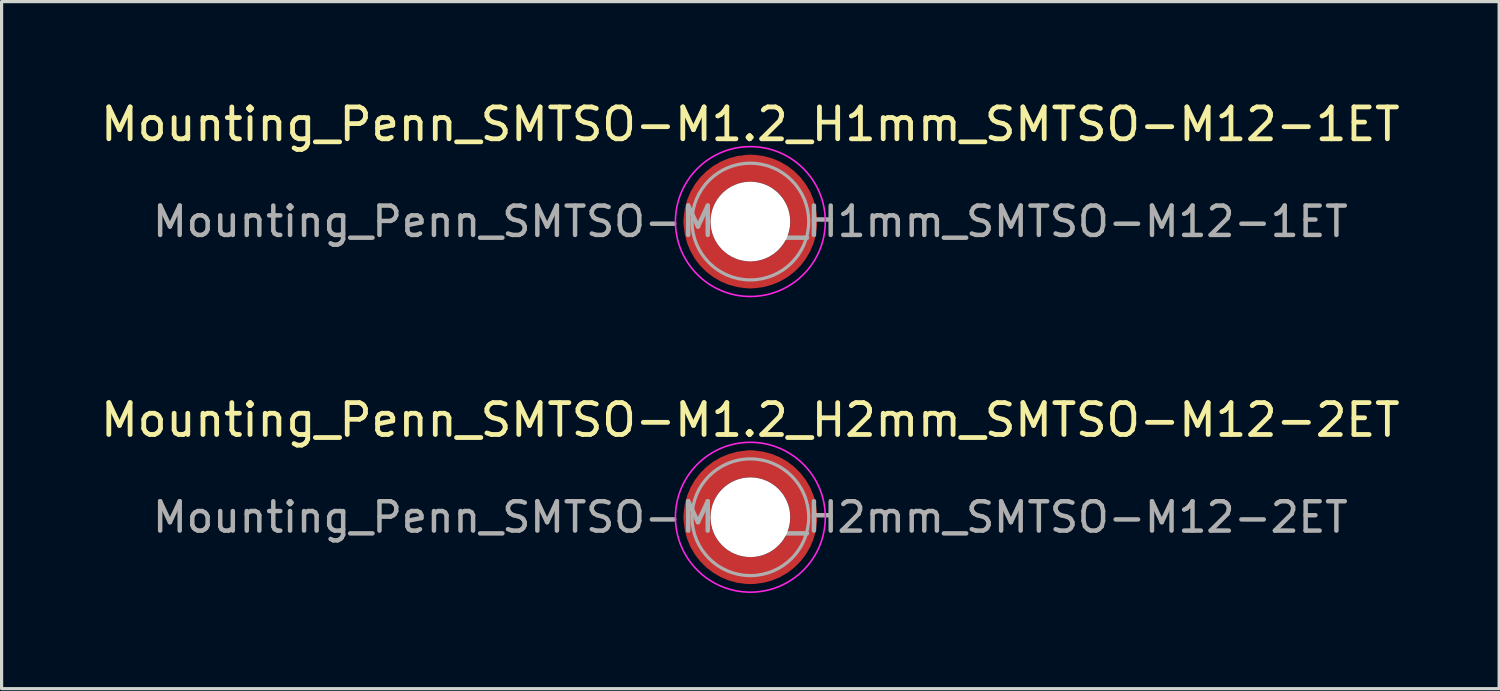
<source format=kicad_pcb>
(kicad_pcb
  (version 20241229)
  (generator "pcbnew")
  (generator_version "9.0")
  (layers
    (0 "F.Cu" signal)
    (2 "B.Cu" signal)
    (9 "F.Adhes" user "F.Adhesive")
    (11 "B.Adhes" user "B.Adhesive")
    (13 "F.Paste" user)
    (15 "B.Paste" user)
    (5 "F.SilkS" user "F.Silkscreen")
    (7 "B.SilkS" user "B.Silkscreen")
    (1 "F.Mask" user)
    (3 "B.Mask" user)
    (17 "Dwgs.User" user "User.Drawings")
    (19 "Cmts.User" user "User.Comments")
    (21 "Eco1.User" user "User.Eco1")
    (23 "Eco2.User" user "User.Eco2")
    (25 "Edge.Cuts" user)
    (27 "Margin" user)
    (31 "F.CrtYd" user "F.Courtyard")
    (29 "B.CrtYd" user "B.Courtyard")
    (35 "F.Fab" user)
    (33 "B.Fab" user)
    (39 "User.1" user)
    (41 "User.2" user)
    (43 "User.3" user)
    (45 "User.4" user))
  (footprint "Mounting_Penn_SMTSO-M1.2_H1mm_SMTSO-M12-1ET"
    (layer "F.Cu")
    (at 20.482 3.898)
    (property "Reference" "Mounting_Penn_SMTSO-M1.2_H1mm_SMTSO-M12-1ET" (at 0 -3.05 0) (layer "F.SilkS") (effects (font (size 1 1) (thickness 0.15))))
    (attr smd)
    (fp_circle (center 0 0) (end 2.35 0) (stroke (width 0.05) (type solid)) (fill no) (layer "F.CrtYd"))
    (fp_circle (center 0 0) (end 1.83 0) (stroke (width 0.1) (type solid)) (fill no) (layer "F.Fab"))
    (fp_text user "${REFERENCE}" (at 0 0 0) (layer "F.Fab") (effects (font (size 0.92 0.92) (thickness 0.14))))
    (pad "" smd custom (at -1.183 -1.183) (size 0.323 0.323) (layers "F.Paste") (options (anchor circle)) (primitives (gr_arc (start -0.23599 0.882636) (mid 0.157331 0.157331) (end 0.882636 -0.23599) (width 0.2)) (gr_arc (start -0.326841 0.882636) (mid 0.094399 0.094399) (end 0.882636 -0.326841) (width 0.2)) (gr_arc (start -0.417484 0.882636) (mid 0.031466 0.031466) (end 0.882636 -0.417484) (width 0.2)) (gr_arc (start -0.507952 0.882636) (mid -0.031466 -0.031466) (end 0.882636 -0.507952) (width 0.2)) (gr_arc (start -0.598273 0.882636) (mid -0.094399 -0.094399) (end 0.882636 -0.598273) (width 0.2)) (gr_arc (start -0.688467 0.882636) (mid -0.157332 -0.157332) (end 0.882636 -0.688467) (width 0.2)) (gr_line (start 0.883 -0.236) (end 0.883 -0.688) (width 0.2)) (gr_line (start -0.236 0.883) (end -0.688 0.883) (width 0.2))))
    (pad "" smd custom (at -1.183 1.183) (size 0.323 0.323) (layers "F.Paste") (options (anchor circle)) (primitives (gr_arc (start 0.882636 0.23599) (mid 0.157331 -0.157331) (end -0.23599 -0.882636) (width 0.2)) (gr_arc (start 0.882636 0.326841) (mid 0.094399 -0.094399) (end -0.326841 -0.882636) (width 0.2)) (gr_arc (start 0.882636 0.417484) (mid 0.031466 -0.031466) (end -0.417484 -0.882636) (width 0.2)) (gr_arc (start 0.882636 0.507952) (mid -0.031466 0.031466) (end -0.507952 -0.882636) (width 0.2)) (gr_arc (start 0.882636 0.598273) (mid -0.094399 0.094399) (end -0.598273 -0.882636) (width 0.2)) (gr_arc (start 0.882636 0.688467) (mid -0.157332 0.157332) (end -0.688467 -0.882636) (width 0.2)) (gr_line (start -0.236 -0.883) (end -0.688 -0.883) (width 0.2)) (gr_line (start 0.883 0.236) (end 0.883 0.688) (width 0.2))))
    (pad "" np_thru_hole circle (at 0 0) (size 2.5 2.5) (drill 2.5) (layers "*.Cu" "*.Mask"))
    (pad "" smd custom (at 1.183 -1.183) (size 0.323 0.323) (layers "F.Paste") (options (anchor circle)) (primitives (gr_arc (start -0.882636 -0.23599) (mid -0.157331 0.157331) (end 0.23599 0.882636) (width 0.2)) (gr_arc (start -0.882636 -0.326841) (mid -0.094399 0.094399) (end 0.326841 0.882636) (width 0.2)) (gr_arc (start -0.882636 -0.417484) (mid -0.031466 0.031466) (end 0.417484 0.882636) (width 0.2)) (gr_arc (start -0.882636 -0.507952) (mid 0.031466 -0.031466) (end 0.507952 0.882636) (width 0.2)) (gr_arc (start -0.882636 -0.598273) (mid 0.094399 -0.094399) (end 0.598273 0.882636) (width 0.2)) (gr_arc (start -0.882636 -0.688467) (mid 0.157332 -0.157332) (end 0.688467 0.882636) (width 0.2)) (gr_line (start 0.236 0.883) (end 0.688 0.883) (width 0.2)) (gr_line (start -0.883 -0.236) (end -0.883 -0.688) (width 0.2))))
    (pad "" smd custom (at 1.183 1.183) (size 0.323 0.323) (layers "F.Paste") (options (anchor circle)) (primitives (gr_arc (start 0.23599 -0.882636) (mid -0.157331 -0.157331) (end -0.882636 0.23599) (width 0.2)) (gr_arc (start 0.326841 -0.882636) (mid -0.094399 -0.094399) (end -0.882636 0.326841) (width 0.2)) (gr_arc (start 0.417484 -0.882636) (mid -0.031466 -0.031466) (end -0.882636 0.417484) (width 0.2)) (gr_arc (start 0.507952 -0.882636) (mid 0.031466 0.031466) (end -0.882636 0.507952) (width 0.2)) (gr_arc (start 0.598273 -0.882636) (mid 0.094399 0.094399) (end -0.882636 0.598273) (width 0.2)) (gr_arc (start 0.688467 -0.882636) (mid 0.157332 0.157332) (end -0.882636 0.688467) (width 0.2)) (gr_line (start -0.883 0.236) (end -0.883 0.688) (width 0.2)) (gr_line (start 0.236 -0.883) (end 0.688 -0.883) (width 0.2))))
    (pad "1" smd circle (at -1.673 0) (size 0.845 0.845) (layers "F.Cu"))
    (pad "1" smd circle (at 0 -1.673) (size 0.845 0.845) (layers "F.Cu"))
    (pad "1" smd circle (at 0 1.673) (size 0.845 0.845) (layers "F.Cu"))
    (pad "1" smd custom (at 1.673 0) (size 0.845 0.845) (layers "F.Cu" "F.Mask") (options (anchor circle)) (primitives (gr_circle (center -1.673 0) (end 0 0) (width 0.845) (fill no)))))
  (footprint "Mounting_Penn_SMTSO-M1.2_H2mm_SMTSO-M12-2ET"
    (layer "F.Cu")
    (at 20.482 13.171)
    (property "Reference" "Mounting_Penn_SMTSO-M1.2_H2mm_SMTSO-M12-2ET" (at 0 -3.05 0) (layer "F.SilkS") (effects (font (size 1 1) (thickness 0.15))))
    (attr smd)
    (fp_circle (center 0 0) (end 2.35 0) (stroke (width 0.05) (type solid)) (fill no) (layer "F.CrtYd"))
    (fp_circle (center 0 0) (end 1.83 0) (stroke (width 0.1) (type solid)) (fill no) (layer "F.Fab"))
    (fp_text user "${REFERENCE}" (at 0 0 0) (layer "F.Fab") (effects (font (size 0.92 0.92) (thickness 0.14))))
    (pad "" smd custom (at -1.183 -1.183) (size 0.323 0.323) (layers "F.Paste") (options (anchor circle)) (primitives (gr_arc (start -0.23599 0.882636) (mid 0.157331 0.157331) (end 0.882636 -0.23599) (width 0.2)) (gr_arc (start -0.326841 0.882636) (mid 0.094399 0.094399) (end 0.882636 -0.326841) (width 0.2)) (gr_arc (start -0.417484 0.882636) (mid 0.031466 0.031466) (end 0.882636 -0.417484) (width 0.2)) (gr_arc (start -0.507952 0.882636) (mid -0.031466 -0.031466) (end 0.882636 -0.507952) (width 0.2)) (gr_arc (start -0.598273 0.882636) (mid -0.094399 -0.094399) (end 0.882636 -0.598273) (width 0.2)) (gr_arc (start -0.688467 0.882636) (mid -0.157332 -0.157332) (end 0.882636 -0.688467) (width 0.2)) (gr_line (start 0.883 -0.236) (end 0.883 -0.688) (width 0.2)) (gr_line (start -0.236 0.883) (end -0.688 0.883) (width 0.2))))
    (pad "" smd custom (at -1.183 1.183) (size 0.323 0.323) (layers "F.Paste") (options (anchor circle)) (primitives (gr_arc (start 0.882636 0.23599) (mid 0.157331 -0.157331) (end -0.23599 -0.882636) (width 0.2)) (gr_arc (start 0.882636 0.326841) (mid 0.094399 -0.094399) (end -0.326841 -0.882636) (width 0.2)) (gr_arc (start 0.882636 0.417484) (mid 0.031466 -0.031466) (end -0.417484 -0.882636) (width 0.2)) (gr_arc (start 0.882636 0.507952) (mid -0.031466 0.031466) (end -0.507952 -0.882636) (width 0.2)) (gr_arc (start 0.882636 0.598273) (mid -0.094399 0.094399) (end -0.598273 -0.882636) (width 0.2)) (gr_arc (start 0.882636 0.688467) (mid -0.157332 0.157332) (end -0.688467 -0.882636) (width 0.2)) (gr_line (start -0.236 -0.883) (end -0.688 -0.883) (width 0.2)) (gr_line (start 0.883 0.236) (end 0.883 0.688) (width 0.2))))
    (pad "" np_thru_hole circle (at 0 0) (size 2.5 2.5) (drill 2.5) (layers "*.Cu" "*.Mask"))
    (pad "" smd custom (at 1.183 -1.183) (size 0.323 0.323) (layers "F.Paste") (options (anchor circle)) (primitives (gr_arc (start -0.882636 -0.23599) (mid -0.157331 0.157331) (end 0.23599 0.882636) (width 0.2)) (gr_arc (start -0.882636 -0.326841) (mid -0.094399 0.094399) (end 0.326841 0.882636) (width 0.2)) (gr_arc (start -0.882636 -0.417484) (mid -0.031466 0.031466) (end 0.417484 0.882636) (width 0.2)) (gr_arc (start -0.882636 -0.507952) (mid 0.031466 -0.031466) (end 0.507952 0.882636) (width 0.2)) (gr_arc (start -0.882636 -0.598273) (mid 0.094399 -0.094399) (end 0.598273 0.882636) (width 0.2)) (gr_arc (start -0.882636 -0.688467) (mid 0.157332 -0.157332) (end 0.688467 0.882636) (width 0.2)) (gr_line (start 0.236 0.883) (end 0.688 0.883) (width 0.2)) (gr_line (start -0.883 -0.236) (end -0.883 -0.688) (width 0.2))))
    (pad "" smd custom (at 1.183 1.183) (size 0.323 0.323) (layers "F.Paste") (options (anchor circle)) (primitives (gr_arc (start 0.23599 -0.882636) (mid -0.157331 -0.157331) (end -0.882636 0.23599) (width 0.2)) (gr_arc (start 0.326841 -0.882636) (mid -0.094399 -0.094399) (end -0.882636 0.326841) (width 0.2)) (gr_arc (start 0.417484 -0.882636) (mid -0.031466 -0.031466) (end -0.882636 0.417484) (width 0.2)) (gr_arc (start 0.507952 -0.882636) (mid 0.031466 0.031466) (end -0.882636 0.507952) (width 0.2)) (gr_arc (start 0.598273 -0.882636) (mid 0.094399 0.094399) (end -0.882636 0.598273) (width 0.2)) (gr_arc (start 0.688467 -0.882636) (mid 0.157332 0.157332) (end -0.882636 0.688467) (width 0.2)) (gr_line (start -0.883 0.236) (end -0.883 0.688) (width 0.2)) (gr_line (start 0.236 -0.883) (end 0.688 -0.883) (width 0.2))))
    (pad "1" smd circle (at -1.673 0) (size 0.845 0.845) (layers "F.Cu"))
    (pad "1" smd circle (at 0 -1.673) (size 0.845 0.845) (layers "F.Cu"))
    (pad "1" smd circle (at 0 1.673) (size 0.845 0.845) (layers "F.Cu"))
    (pad "1" smd custom (at 1.673 0) (size 0.845 0.845) (layers "F.Cu" "F.Mask") (options (anchor circle)) (primitives (gr_circle (center -1.673 0) (end 0 0) (width 0.845) (fill no)))))
  (gr_rect
    (start -3 -3)
    (end 43.964 18.547)
    (stroke (width 0.1) (type default))
    (fill no)
    (layer "Edge.Cuts")))
</source>
